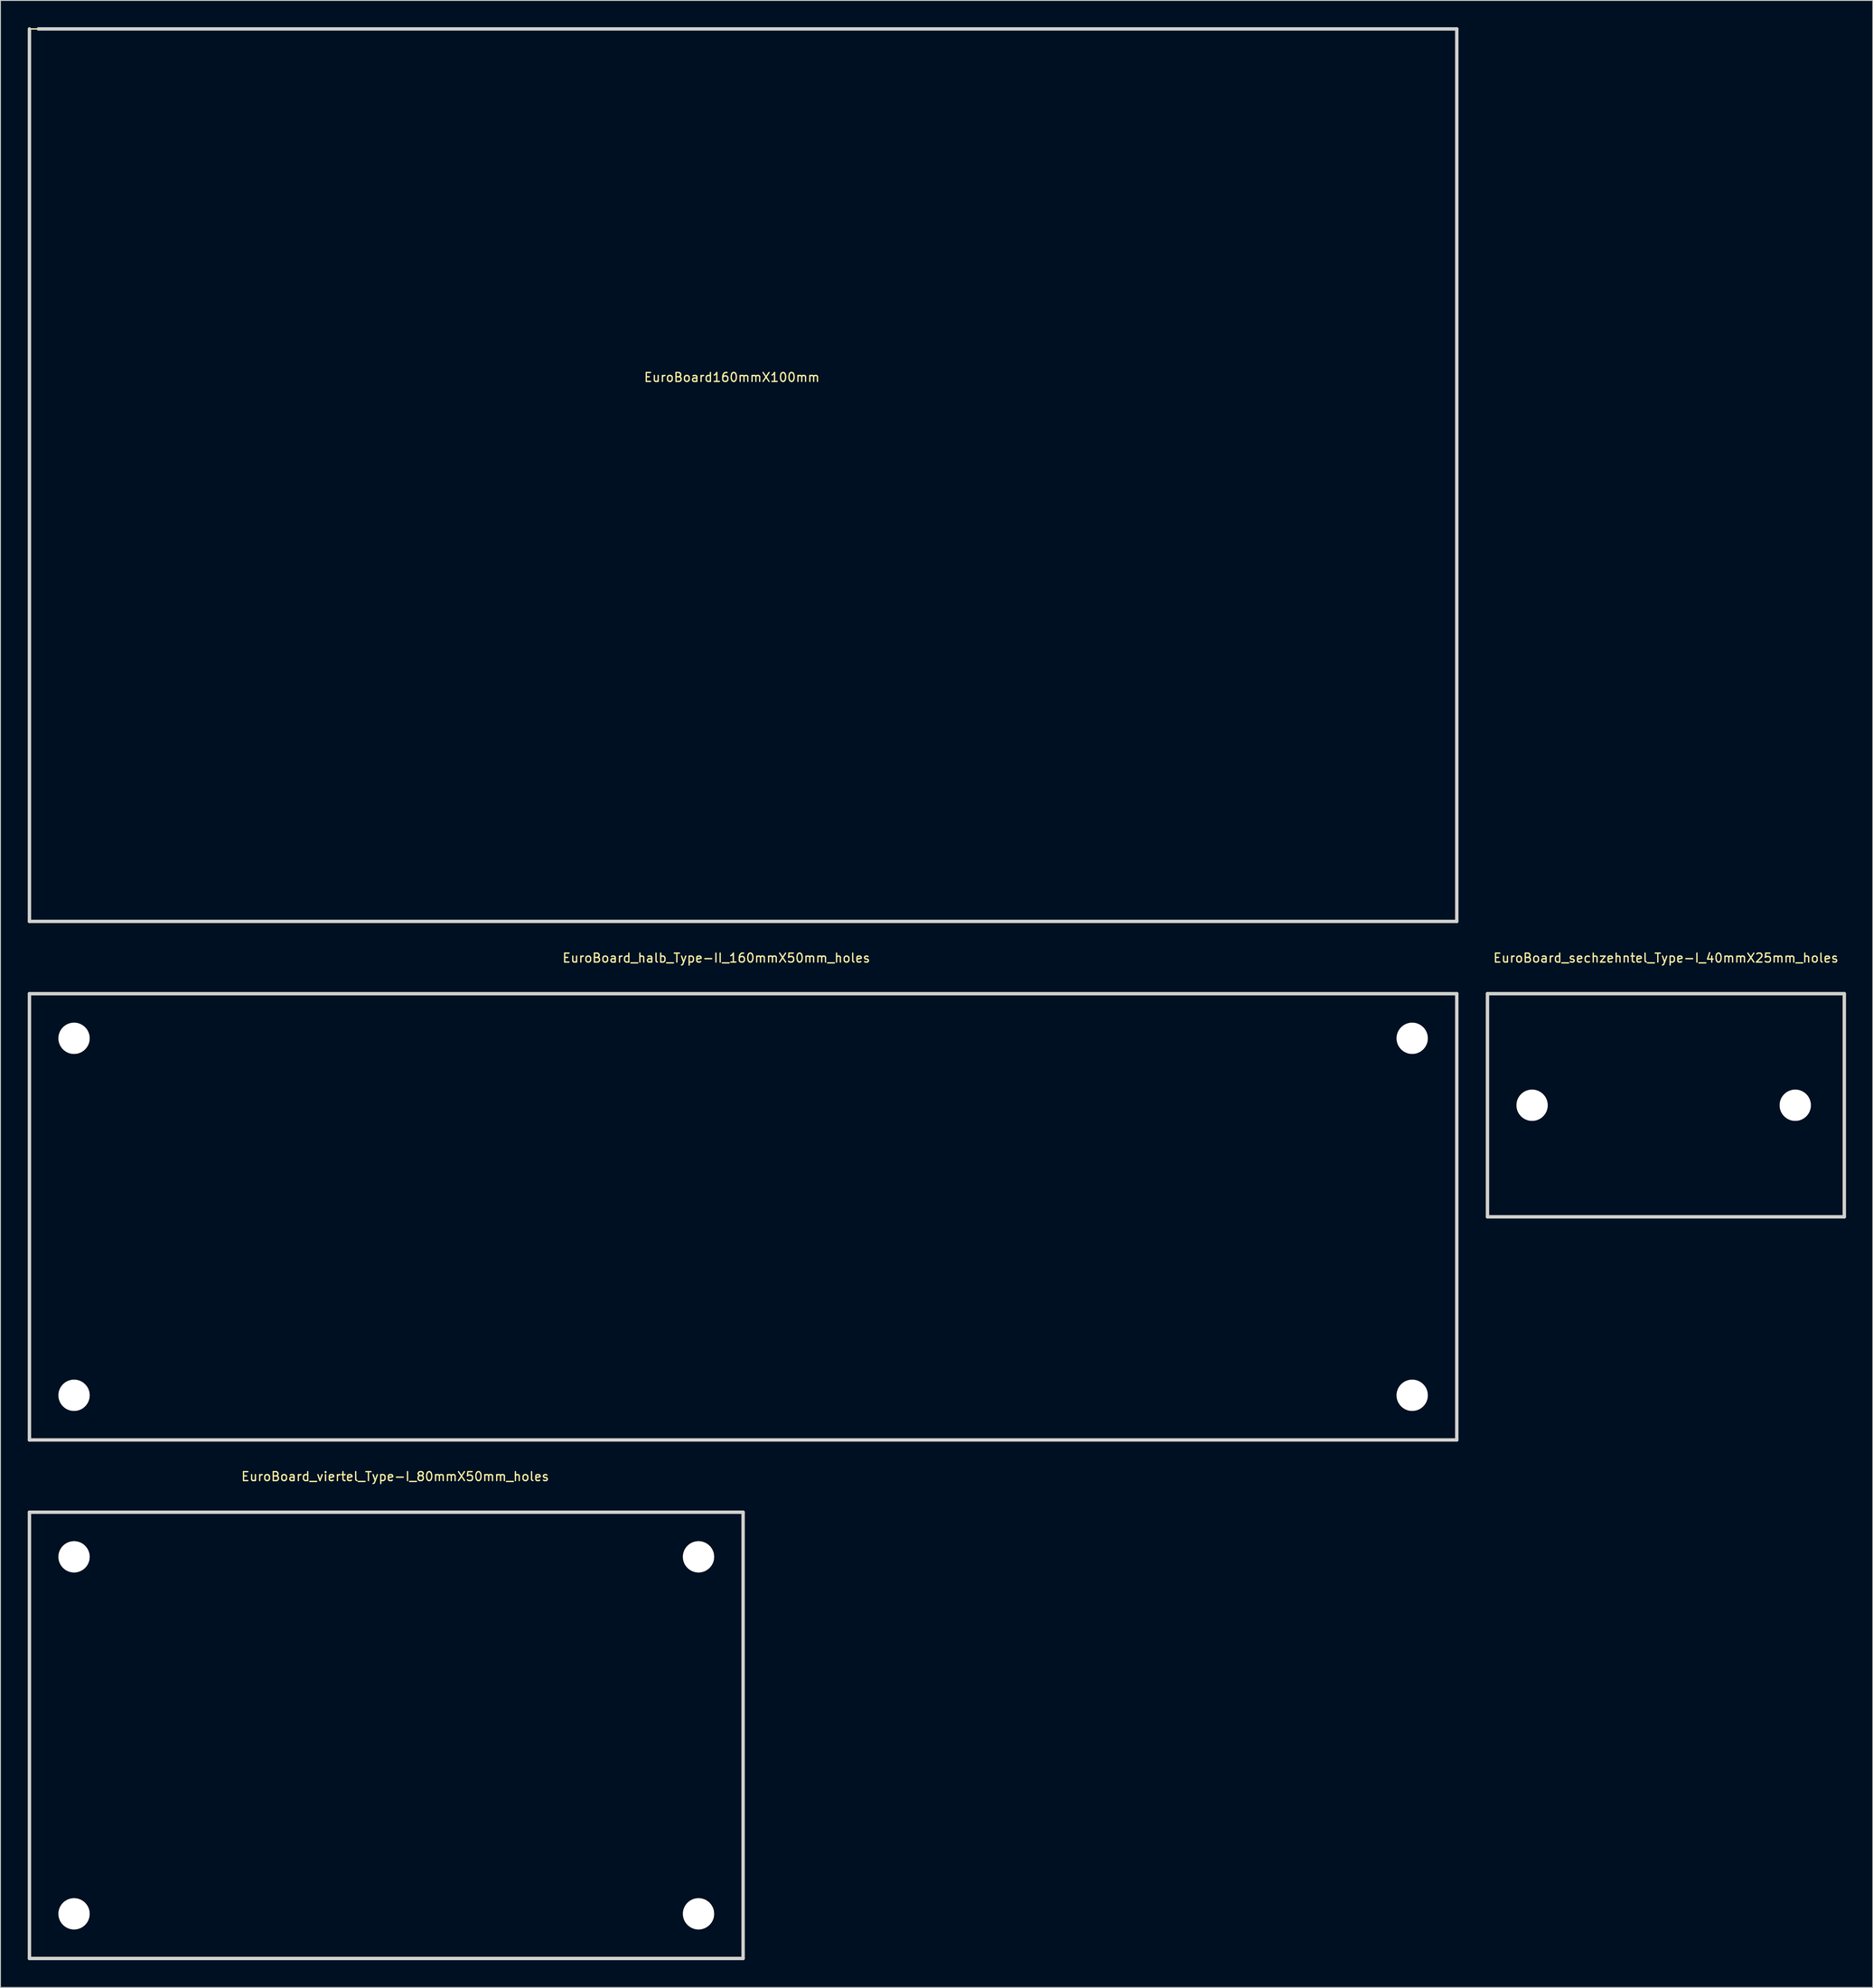
<source format=kicad_pcb>
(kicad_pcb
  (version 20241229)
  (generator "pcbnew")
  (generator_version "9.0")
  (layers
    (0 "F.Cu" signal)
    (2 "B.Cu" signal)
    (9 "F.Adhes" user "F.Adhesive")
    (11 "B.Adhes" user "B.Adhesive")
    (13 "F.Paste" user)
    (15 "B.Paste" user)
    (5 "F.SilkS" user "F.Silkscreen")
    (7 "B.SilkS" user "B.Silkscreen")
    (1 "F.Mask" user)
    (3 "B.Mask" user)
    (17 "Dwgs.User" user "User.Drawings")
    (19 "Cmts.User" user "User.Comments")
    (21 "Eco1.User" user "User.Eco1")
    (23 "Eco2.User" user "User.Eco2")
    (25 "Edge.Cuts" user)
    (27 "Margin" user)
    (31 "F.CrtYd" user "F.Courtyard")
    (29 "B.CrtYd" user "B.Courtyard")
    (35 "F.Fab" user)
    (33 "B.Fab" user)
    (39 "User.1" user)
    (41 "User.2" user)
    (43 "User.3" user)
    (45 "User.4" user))
  (footprint "EuroBoard_sechzehntel_Type-I_40mmX25mm_holes"
    (layer "F.Cu")
    (at 163.69 133.288)
    (property "Reference" "EuroBoard_sechzehntel_Type-I_40mmX25mm_holes" (at 20 -28.999 0) (layer "F.SilkS") (effects (font (size 1 1) (thickness 0.15))))
    (attr through_hole)
    (fp_line (start 0 -25.001) (end 0 0) (stroke (width 0.381) (type solid)) (layer "Edge.Cuts"))
    (fp_line (start 0 0) (end 40 0) (stroke (width 0.381) (type solid)) (layer "Edge.Cuts"))
    (fp_line (start 40 -25.001) (end 0 -25.001) (stroke (width 0.381) (type solid)) (layer "Edge.Cuts"))
    (fp_line (start 40 0) (end 40 -25.001) (stroke (width 0.381) (type solid)) (layer "Edge.Cuts"))
    (pad "" np_thru_hole circle (at 5.001 -12.499) (size 3.5 3.5) (drill 3.5) (layers "*.Cu" "*.Mask" "F.SilkS"))
    (pad "" np_thru_hole circle (at 34.501 -12.499) (size 3.5 3.5) (drill 3.5) (layers "*.Cu" "*.Mask" "F.SilkS")))
  (footprint "EuroBoard_halb_Type-II_160mmX50mm_holes"
    (layer "F.Cu")
    (at 0.25 158.289)
    (property "Reference" "EuroBoard_halb_Type-II_160mmX50mm_holes" (at 77 -54 0) (layer "F.SilkS") (effects (font (size 1 1) (thickness 0.15))))
    (attr through_hole)
    (fp_line (start 0 -50) (end 0 0) (stroke (width 0.381) (type solid)) (layer "Edge.Cuts"))
    (fp_line (start 0 0) (end 160 0) (stroke (width 0.381) (type solid)) (layer "Edge.Cuts"))
    (fp_line (start 160 -50) (end 0 -50) (stroke (width 0.381) (type solid)) (layer "Edge.Cuts"))
    (fp_line (start 160 0) (end 160 -50) (stroke (width 0.381) (type solid)) (layer "Edge.Cuts"))
    (pad "" np_thru_hole circle (at 5.001 -45.001) (size 3.5 3.5) (drill 3.5) (layers "*.Cu" "*.Mask" "F.SilkS"))
    (pad "" np_thru_hole circle (at 5.001 -5.001) (size 3.5 3.5) (drill 3.5) (layers "*.Cu" "*.Mask" "F.SilkS"))
    (pad "" np_thru_hole circle (at 155.001 -45.001) (size 3.5 3.5) (drill 3.5) (layers "*.Cu" "*.Mask" "F.SilkS"))
    (pad "" np_thru_hole circle (at 155.001 -5.001) (size 3.5 3.5) (drill 3.5) (layers "*.Cu" "*.Mask" "F.SilkS")))
  (footprint "EuroBoard_viertel_Type-I_80mmX50mm_holes"
    (layer "F.Cu")
    (at 0.25 216.388)
    (property "Reference" "EuroBoard_viertel_Type-I_80mmX50mm_holes" (at 41.001 -54 0) (layer "F.SilkS") (effects (font (size 1 1) (thickness 0.15))))
    (attr through_hole)
    (fp_line (start 0 -50) (end 80 -50) (stroke (width 0.381) (type solid)) (layer "Edge.Cuts"))
    (fp_line (start 0 0) (end 0 -50) (stroke (width 0.381) (type solid)) (layer "Edge.Cuts"))
    (fp_line (start 80 -50) (end 80 0) (stroke (width 0.381) (type solid)) (layer "Edge.Cuts"))
    (fp_line (start 80 0) (end 0 0) (stroke (width 0.381) (type solid)) (layer "Edge.Cuts"))
    (pad "" np_thru_hole circle (at 5.001 -45.001) (size 3.5 3.5) (drill 3.5) (layers "*.Cu" "*.Mask" "F.SilkS"))
    (pad "" np_thru_hole circle (at 5.001 -5.001) (size 3.5 3.5) (drill 3.5) (layers "*.Cu" "*.Mask" "F.SilkS"))
    (pad "" np_thru_hole circle (at 75.001 -45.001) (size 3.5 3.5) (drill 3.5) (layers "*.Cu" "*.Mask" "F.SilkS"))
    (pad "" np_thru_hole circle (at 75.001 -5.001) (size 3.5 3.5) (drill 3.5) (layers "*.Cu" "*.Mask" "F.SilkS")))
  (footprint "EuroBoard160mmX100mm"
    (layer "F.Cu")
    (at 0.25 100.19)
    (property "Reference" "EuroBoard160mmX100mm" (at 78.74 -60.96 0) (layer "F.SilkS") (effects (font (size 1 1) (thickness 0.15))))
    (attr through_hole)
    (fp_line (start 1.001 -100) (end 0 -100) (stroke (width 0.15) (type solid)) (layer "F.SilkS"))
    (fp_line (start 0 -100) (end 0 0) (stroke (width 0.381) (type solid)) (layer "Edge.Cuts"))
    (fp_line (start 0 0) (end 160 0) (stroke (width 0.381) (type solid)) (layer "Edge.Cuts"))
    (fp_line (start 160 -100) (end 1.001 -100) (stroke (width 0.381) (type solid)) (layer "Edge.Cuts"))
    (fp_line (start 160 0) (end 160 -100) (stroke (width 0.381) (type solid)) (layer "Edge.Cuts")))
  (gr_rect
    (start -3 -3)
    (end 206.881 219.638)
    (stroke (width 0.1) (type default))
    (fill no)
    (layer "Edge.Cuts")))
</source>
